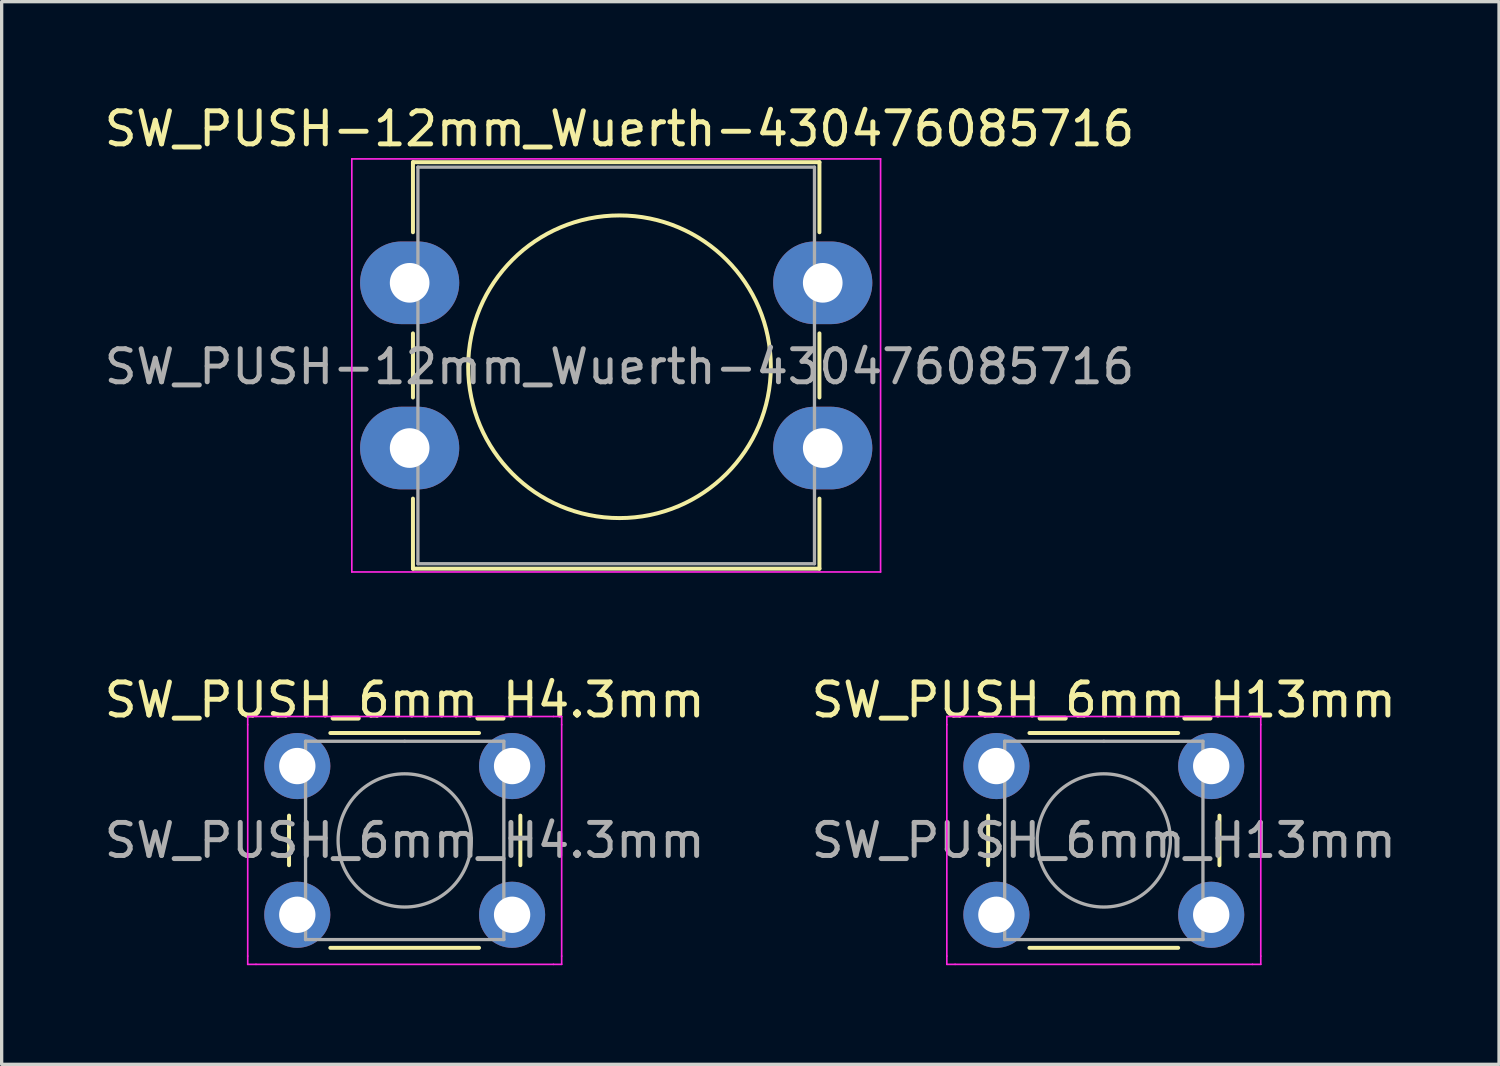
<source format=kicad_pcb>
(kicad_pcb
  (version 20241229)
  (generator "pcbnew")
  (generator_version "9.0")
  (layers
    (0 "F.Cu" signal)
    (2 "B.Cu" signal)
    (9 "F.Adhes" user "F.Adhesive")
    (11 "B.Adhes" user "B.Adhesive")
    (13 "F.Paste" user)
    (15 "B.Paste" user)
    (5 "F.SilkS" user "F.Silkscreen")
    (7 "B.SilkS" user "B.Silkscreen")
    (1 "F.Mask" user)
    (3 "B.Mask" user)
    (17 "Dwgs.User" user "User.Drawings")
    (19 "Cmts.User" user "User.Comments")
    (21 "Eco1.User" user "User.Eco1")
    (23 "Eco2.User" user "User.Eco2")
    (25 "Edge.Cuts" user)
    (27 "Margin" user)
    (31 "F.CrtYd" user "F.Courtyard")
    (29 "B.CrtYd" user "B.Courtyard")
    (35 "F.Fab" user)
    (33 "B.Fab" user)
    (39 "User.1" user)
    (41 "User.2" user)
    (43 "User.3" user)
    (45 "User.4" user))
  (footprint "SW_PUSH_6mm_H13mm"
    (layer "F.Cu")
    (at 27.101 20.131)
    (property "Reference" "SW_PUSH_6mm_H13mm" (at 3.25 -2 0) (layer "F.SilkS") (effects (font (size 1 1) (thickness 0.15))))
    (attr through_hole)
    (fp_line (start -0.25 1.5) (end -0.25 3) (stroke (width 0.12) (type solid)) (layer "F.SilkS"))
    (fp_line (start 1 5.5) (end 5.5 5.5) (stroke (width 0.12) (type solid)) (layer "F.SilkS"))
    (fp_line (start 5.5 -1) (end 1 -1) (stroke (width 0.12) (type solid)) (layer "F.SilkS"))
    (fp_line (start 6.75 3) (end 6.75 1.5) (stroke (width 0.12) (type solid)) (layer "F.SilkS"))
    (fp_line (start -1.5 -1.5) (end -1.25 -1.5) (stroke (width 0.05) (type solid)) (layer "F.CrtYd"))
    (fp_line (start -1.5 -1.25) (end -1.5 -1.5) (stroke (width 0.05) (type solid)) (layer "F.CrtYd"))
    (fp_line (start -1.5 5.75) (end -1.5 -1.25) (stroke (width 0.05) (type solid)) (layer "F.CrtYd"))
    (fp_line (start -1.5 5.75) (end -1.5 6) (stroke (width 0.05) (type solid)) (layer "F.CrtYd"))
    (fp_line (start -1.5 6) (end -1.25 6) (stroke (width 0.05) (type solid)) (layer "F.CrtYd"))
    (fp_line (start -1.25 -1.5) (end 7.75 -1.5) (stroke (width 0.05) (type solid)) (layer "F.CrtYd"))
    (fp_line (start 7.75 -1.5) (end 8 -1.5) (stroke (width 0.05) (type solid)) (layer "F.CrtYd"))
    (fp_line (start 7.75 6) (end -1.25 6) (stroke (width 0.05) (type solid)) (layer "F.CrtYd"))
    (fp_line (start 7.75 6) (end 8 6) (stroke (width 0.05) (type solid)) (layer "F.CrtYd"))
    (fp_line (start 8 -1.5) (end 8 -1.25) (stroke (width 0.05) (type solid)) (layer "F.CrtYd"))
    (fp_line (start 8 -1.25) (end 8 5.75) (stroke (width 0.05) (type solid)) (layer "F.CrtYd"))
    (fp_line (start 8 6) (end 8 5.75) (stroke (width 0.05) (type solid)) (layer "F.CrtYd"))
    (fp_line (start 0.25 -0.75) (end 3.25 -0.75) (stroke (width 0.1) (type solid)) (layer "F.Fab"))
    (fp_line (start 0.25 5.25) (end 0.25 -0.75) (stroke (width 0.1) (type solid)) (layer "F.Fab"))
    (fp_line (start 3.25 -0.75) (end 6.25 -0.75) (stroke (width 0.1) (type solid)) (layer "F.Fab"))
    (fp_line (start 6.25 -0.75) (end 6.25 5.25) (stroke (width 0.1) (type solid)) (layer "F.Fab"))
    (fp_line (start 6.25 5.25) (end 0.25 5.25) (stroke (width 0.1) (type solid)) (layer "F.Fab"))
    (fp_circle (center 3.25 2.25) (end 1.25 2.5) (stroke (width 0.1) (type solid)) (fill no) (layer "F.Fab"))
    (fp_text user "${REFERENCE}" (at 3.25 2.25 0) (layer "F.Fab") (effects (font (size 1 1) (thickness 0.15))))
    (pad "1" thru_hole circle (at 0 0 90) (size 2 2) (drill 1.1) (layers "*.Cu" "*.Mask"))
    (pad "1" thru_hole circle (at 6.5 0 90) (size 2 2) (drill 1.1) (layers "*.Cu" "*.Mask"))
    (pad "2" thru_hole circle (at 0 4.5 90) (size 2 2) (drill 1.1) (layers "*.Cu" "*.Mask"))
    (pad "2" thru_hole circle (at 6.5 4.5 90) (size 2 2) (drill 1.1) (layers "*.Cu" "*.Mask")))
  (footprint "SW_PUSH_6mm_H4.3mm"
    (layer "F.Cu")
    (at 5.946 20.131)
    (property "Reference" "SW_PUSH_6mm_H4.3mm" (at 3.25 -2 0) (layer "F.SilkS") (effects (font (size 1 1) (thickness 0.15))))
    (attr through_hole)
    (fp_line (start -0.25 1.5) (end -0.25 3) (stroke (width 0.12) (type solid)) (layer "F.SilkS"))
    (fp_line (start 1 5.5) (end 5.5 5.5) (stroke (width 0.12) (type solid)) (layer "F.SilkS"))
    (fp_line (start 5.5 -1) (end 1 -1) (stroke (width 0.12) (type solid)) (layer "F.SilkS"))
    (fp_line (start 6.75 3) (end 6.75 1.5) (stroke (width 0.12) (type solid)) (layer "F.SilkS"))
    (fp_line (start -1.5 -1.5) (end -1.25 -1.5) (stroke (width 0.05) (type solid)) (layer "F.CrtYd"))
    (fp_line (start -1.5 -1.25) (end -1.5 -1.5) (stroke (width 0.05) (type solid)) (layer "F.CrtYd"))
    (fp_line (start -1.5 5.75) (end -1.5 -1.25) (stroke (width 0.05) (type solid)) (layer "F.CrtYd"))
    (fp_line (start -1.5 5.75) (end -1.5 6) (stroke (width 0.05) (type solid)) (layer "F.CrtYd"))
    (fp_line (start -1.5 6) (end -1.25 6) (stroke (width 0.05) (type solid)) (layer "F.CrtYd"))
    (fp_line (start -1.25 -1.5) (end 7.75 -1.5) (stroke (width 0.05) (type solid)) (layer "F.CrtYd"))
    (fp_line (start 7.75 -1.5) (end 8 -1.5) (stroke (width 0.05) (type solid)) (layer "F.CrtYd"))
    (fp_line (start 7.75 6) (end -1.25 6) (stroke (width 0.05) (type solid)) (layer "F.CrtYd"))
    (fp_line (start 7.75 6) (end 8 6) (stroke (width 0.05) (type solid)) (layer "F.CrtYd"))
    (fp_line (start 8 -1.5) (end 8 -1.25) (stroke (width 0.05) (type solid)) (layer "F.CrtYd"))
    (fp_line (start 8 -1.25) (end 8 5.75) (stroke (width 0.05) (type solid)) (layer "F.CrtYd"))
    (fp_line (start 8 6) (end 8 5.75) (stroke (width 0.05) (type solid)) (layer "F.CrtYd"))
    (fp_line (start 0.25 -0.75) (end 3.25 -0.75) (stroke (width 0.1) (type solid)) (layer "F.Fab"))
    (fp_line (start 0.25 5.25) (end 0.25 -0.75) (stroke (width 0.1) (type solid)) (layer "F.Fab"))
    (fp_line (start 3.25 -0.75) (end 6.25 -0.75) (stroke (width 0.1) (type solid)) (layer "F.Fab"))
    (fp_line (start 6.25 -0.75) (end 6.25 5.25) (stroke (width 0.1) (type solid)) (layer "F.Fab"))
    (fp_line (start 6.25 5.25) (end 0.25 5.25) (stroke (width 0.1) (type solid)) (layer "F.Fab"))
    (fp_circle (center 3.25 2.25) (end 1.25 2.5) (stroke (width 0.1) (type solid)) (fill no) (layer "F.Fab"))
    (fp_text user "${REFERENCE}" (at 3.25 2.25 0) (layer "F.Fab") (effects (font (size 1 1) (thickness 0.15))))
    (pad "1" thru_hole circle (at 0 0 90) (size 2 2) (drill 1.1) (layers "*.Cu" "*.Mask"))
    (pad "1" thru_hole circle (at 6.5 0 90) (size 2 2) (drill 1.1) (layers "*.Cu" "*.Mask"))
    (pad "2" thru_hole circle (at 0 4.5 90) (size 2 2) (drill 1.1) (layers "*.Cu" "*.Mask"))
    (pad "2" thru_hole circle (at 6.5 4.5 90) (size 2 2) (drill 1.1) (layers "*.Cu" "*.Mask")))
  (footprint "SW_PUSH-12mm_Wuerth-430476085716"
    (layer "F.Cu")
    (at 9.346 5.508)
    (property "Reference" "SW_PUSH-12mm_Wuerth-430476085716" (at 6.35 -4.66 0) (layer "F.SilkS") (effects (font (size 1 1) (thickness 0.15))))
    (attr through_hole)
    (fp_line (start 0.1 -3.65) (end 12.4 -3.65) (stroke (width 0.12) (type solid)) (layer "F.SilkS"))
    (fp_line (start 0.1 -1.53) (end 0.1 -3.65) (stroke (width 0.12) (type solid)) (layer "F.SilkS"))
    (fp_line (start 0.1 3.47) (end 0.1 1.53) (stroke (width 0.12) (type solid)) (layer "F.SilkS"))
    (fp_line (start 0.1 8.65) (end 0.1 6.53) (stroke (width 0.12) (type solid)) (layer "F.SilkS"))
    (fp_line (start 12.4 -3.65) (end 12.4 -1.53) (stroke (width 0.12) (type solid)) (layer "F.SilkS"))
    (fp_line (start 12.4 1.53) (end 12.4 3.47) (stroke (width 0.12) (type solid)) (layer "F.SilkS"))
    (fp_line (start 12.4 6.53) (end 12.4 8.65) (stroke (width 0.12) (type solid)) (layer "F.SilkS"))
    (fp_line (start 12.4 8.65) (end 0.1 8.65) (stroke (width 0.12) (type solid)) (layer "F.SilkS"))
    (fp_circle (center 6.35 2.54) (end 10.929 2.54) (stroke (width 0.12) (type solid)) (fill no) (layer "F.SilkS"))
    (fp_line (start -1.75 -3.75) (end -1.75 8.75) (stroke (width 0.05) (type solid)) (layer "F.CrtYd"))
    (fp_line (start -1.75 8.75) (end 14.25 8.75) (stroke (width 0.05) (type solid)) (layer "F.CrtYd"))
    (fp_line (start 14.25 -3.75) (end -1.75 -3.75) (stroke (width 0.05) (type solid)) (layer "F.CrtYd"))
    (fp_line (start 14.25 8.75) (end 14.25 -3.75) (stroke (width 0.05) (type solid)) (layer "F.CrtYd"))
    (fp_line (start 0.25 -3.5) (end 0.25 8.5) (stroke (width 0.1) (type solid)) (layer "F.Fab"))
    (fp_line (start 0.25 8.5) (end 12.25 8.5) (stroke (width 0.1) (type solid)) (layer "F.Fab"))
    (fp_line (start 12.25 -3.5) (end 0.25 -3.5) (stroke (width 0.1) (type solid)) (layer "F.Fab"))
    (fp_line (start 12.25 8.5) (end 12.25 -3.5) (stroke (width 0.1) (type solid)) (layer "F.Fab"))
    (fp_text user "${REFERENCE}" (at 6.35 2.54 0) (layer "F.Fab") (effects (font (size 1 1) (thickness 0.15))))
    (pad "1" thru_hole oval (at 0 0) (size 3 2.5) (drill 1.2) (layers "*.Cu" "*.Mask"))
    (pad "1" thru_hole oval (at 12.5 0) (size 3 2.5) (drill 1.2) (layers "*.Cu" "*.Mask"))
    (pad "2" thru_hole oval (at 0 5) (size 3 2.5) (drill 1.2) (layers "*.Cu" "*.Mask"))
    (pad "2" thru_hole oval (at 12.5 5) (size 3 2.5) (drill 1.2) (layers "*.Cu" "*.Mask")))
  (gr_rect
    (start -3 -3)
    (end 42.31 29.157)
    (stroke (width 0.1) (type default))
    (fill no)
    (layer "Edge.Cuts")))
</source>
